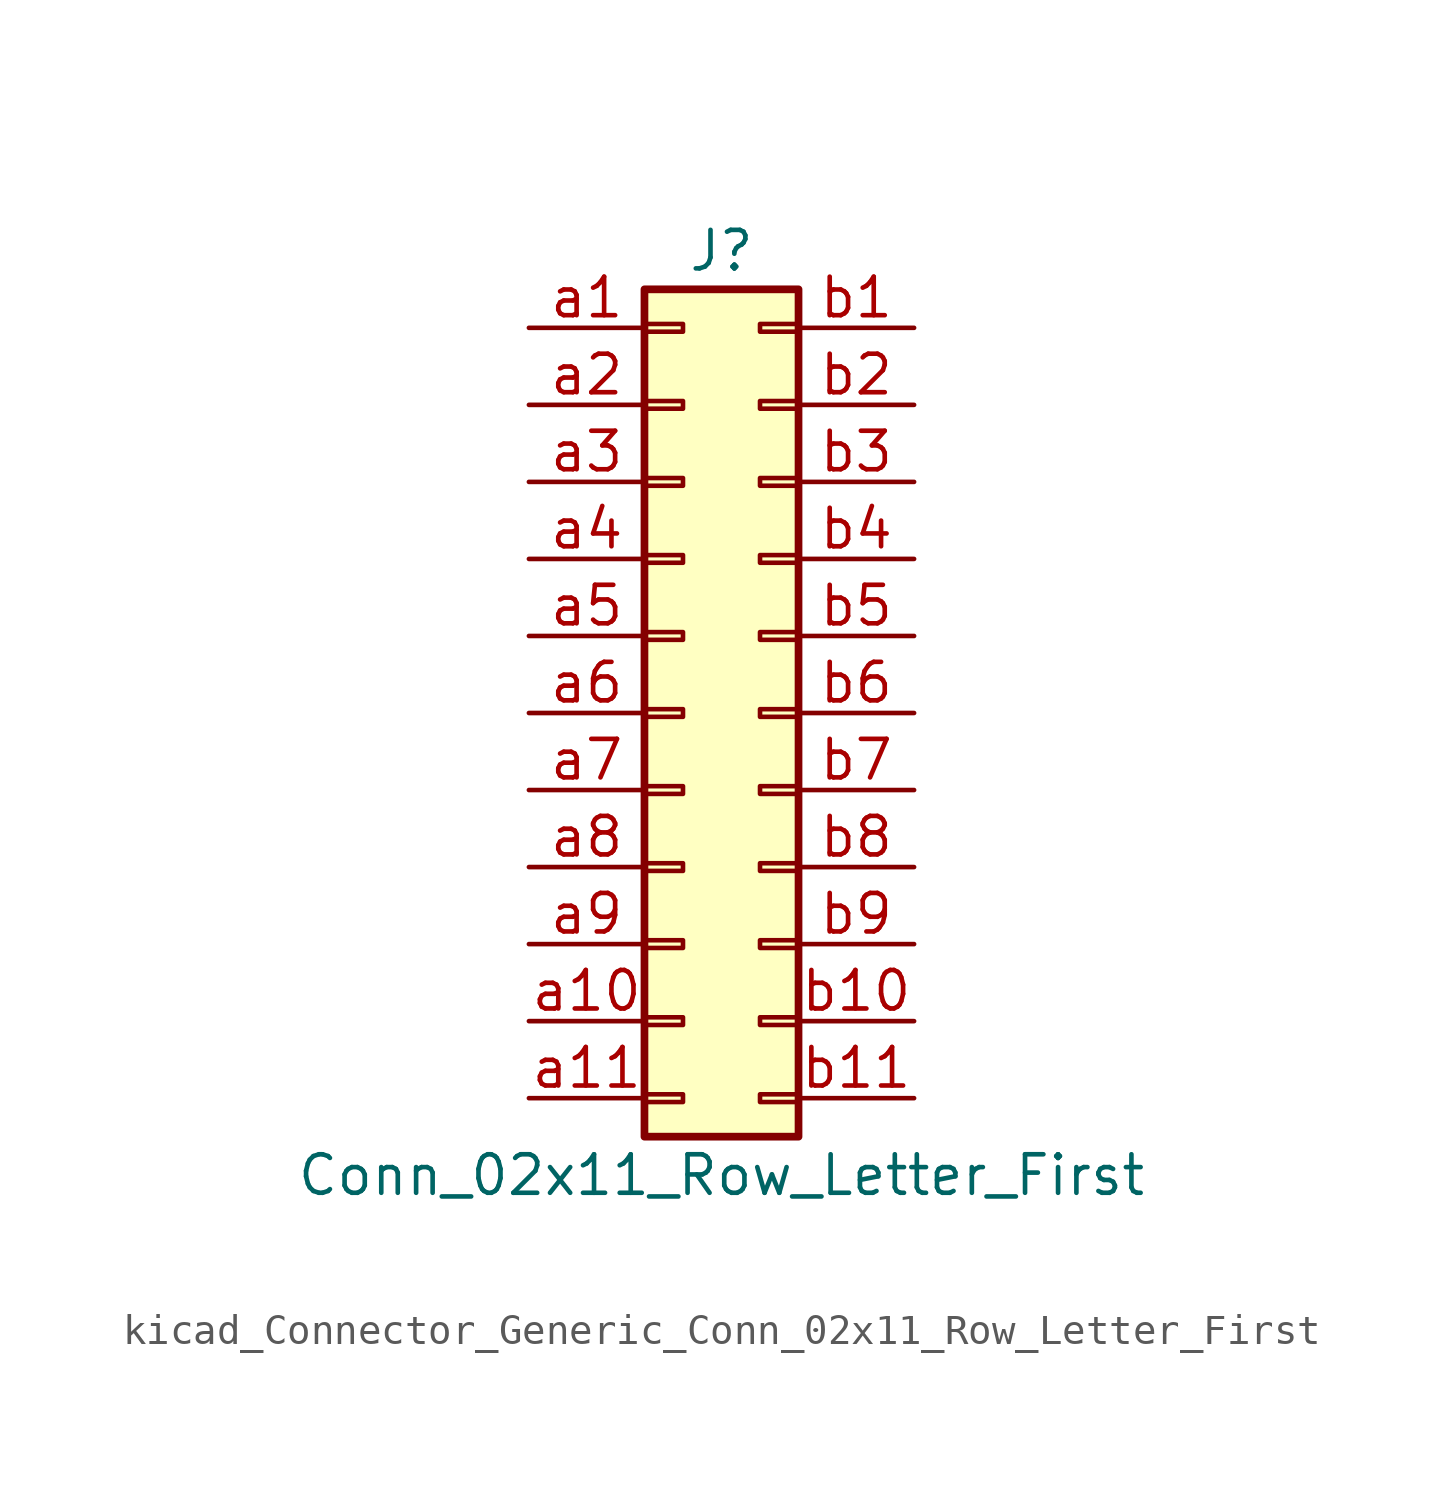
<source format=kicad_sym>
(kicad_symbol_lib
  (version 20220914)
  (generator kicad_symbol_editor)
  (symbol "kicad_Connector_Generic_Conn_02x11_Row_Letter_First"
    (pin_names
      (offset 1.016) hide)
    (property "Reference" "J"
      (at 1.27 15.24 0)
      (effects (font (size 1.27 1.27))))
    (property "Value" "Conn_02x11_Row_Letter_First"
      (at 1.27 -15.24 0)
      (effects (font (size 1.27 1.27))))
    (symbol "kicad_Connector_Generic_Conn_02x11_Row_Letter_First_1_1"
      (rectangle (start -1.27 -12.573) (end 0 -12.827) (stroke (width 0.152) (type default)) (fill (type none)))
      (rectangle (start -1.27 -10.033) (end 0 -10.287) (stroke (width 0.152) (type default)) (fill (type none)))
      (rectangle (start -1.27 -7.493) (end 0 -7.747) (stroke (width 0.152) (type default)) (fill (type none)))
      (rectangle (start -1.27 -4.953) (end 0 -5.207) (stroke (width 0.152) (type default)) (fill (type none)))
      (rectangle (start -1.27 -2.413) (end 0 -2.667) (stroke (width 0.152) (type default)) (fill (type none)))
      (rectangle (start -1.27 0.127) (end 0 -0.127) (stroke (width 0.152) (type default)) (fill (type none)))
      (rectangle (start -1.27 2.667) (end 0 2.413) (stroke (width 0.152) (type default)) (fill (type none)))
      (rectangle (start -1.27 5.207) (end 0 4.953) (stroke (width 0.152) (type default)) (fill (type none)))
      (rectangle (start -1.27 7.747) (end 0 7.493) (stroke (width 0.152) (type default)) (fill (type none)))
      (rectangle (start -1.27 10.287) (end 0 10.033) (stroke (width 0.152) (type default)) (fill (type none)))
      (rectangle (start -1.27 12.827) (end 0 12.573) (stroke (width 0.152) (type default)) (fill (type none)))
      (rectangle (start -1.27 13.97) (end 3.81 -13.97) (stroke (width 0.254) (type default)) (fill (type background)))
      (rectangle (start 3.81 -12.573) (end 2.54 -12.827) (stroke (width 0.152) (type default)) (fill (type none)))
      (rectangle (start 3.81 -10.033) (end 2.54 -10.287) (stroke (width 0.152) (type default)) (fill (type none)))
      (rectangle (start 3.81 -7.493) (end 2.54 -7.747) (stroke (width 0.152) (type default)) (fill (type none)))
      (rectangle (start 3.81 -4.953) (end 2.54 -5.207) (stroke (width 0.152) (type default)) (fill (type none)))
      (rectangle (start 3.81 -2.413) (end 2.54 -2.667) (stroke (width 0.152) (type default)) (fill (type none)))
      (rectangle (start 3.81 0.127) (end 2.54 -0.127) (stroke (width 0.152) (type default)) (fill (type none)))
      (rectangle (start 3.81 2.667) (end 2.54 2.413) (stroke (width 0.152) (type default)) (fill (type none)))
      (rectangle (start 3.81 5.207) (end 2.54 4.953) (stroke (width 0.152) (type default)) (fill (type none)))
      (rectangle (start 3.81 7.747) (end 2.54 7.493) (stroke (width 0.152) (type default)) (fill (type none)))
      (rectangle (start 3.81 10.287) (end 2.54 10.033) (stroke (width 0.152) (type default)) (fill (type none)))
      (rectangle (start 3.81 12.827) (end 2.54 12.573) (stroke (width 0.152) (type default)) (fill (type none)))
      (pin passive line (at -5.08 12.7 0) (length 3.81) (name "Pin_a1" (effects (font (size 1.27 1.27)))) (number "a1" (effects (font (size 1.27 1.27)))))
      (pin passive line (at -5.08 -10.16 0) (length 3.81) (name "Pin_a10" (effects (font (size 1.27 1.27)))) (number "a10" (effects (font (size 1.27 1.27)))))
      (pin passive line (at -5.08 -12.7 0) (length 3.81) (name "Pin_a11" (effects (font (size 1.27 1.27)))) (number "a11" (effects (font (size 1.27 1.27)))))
      (pin passive line (at -5.08 10.16 0) (length 3.81) (name "Pin_a2" (effects (font (size 1.27 1.27)))) (number "a2" (effects (font (size 1.27 1.27)))))
      (pin passive line (at -5.08 7.62 0) (length 3.81) (name "Pin_a3" (effects (font (size 1.27 1.27)))) (number "a3" (effects (font (size 1.27 1.27)))))
      (pin passive line (at -5.08 5.08 0) (length 3.81) (name "Pin_a4" (effects (font (size 1.27 1.27)))) (number "a4" (effects (font (size 1.27 1.27)))))
      (pin passive line (at -5.08 2.54 0) (length 3.81) (name "Pin_a5" (effects (font (size 1.27 1.27)))) (number "a5" (effects (font (size 1.27 1.27)))))
      (pin passive line (at -5.08 0 0) (length 3.81) (name "Pin_a6" (effects (font (size 1.27 1.27)))) (number "a6" (effects (font (size 1.27 1.27)))))
      (pin passive line (at -5.08 -2.54 0) (length 3.81) (name "Pin_a7" (effects (font (size 1.27 1.27)))) (number "a7" (effects (font (size 1.27 1.27)))))
      (pin passive line (at -5.08 -5.08 0) (length 3.81) (name "Pin_a8" (effects (font (size 1.27 1.27)))) (number "a8" (effects (font (size 1.27 1.27)))))
      (pin passive line (at -5.08 -7.62 0) (length 3.81) (name "Pin_a9" (effects (font (size 1.27 1.27)))) (number "a9" (effects (font (size 1.27 1.27)))))
      (pin passive line (at 7.62 12.7 180) (length 3.81) (name "Pin_b1" (effects (font (size 1.27 1.27)))) (number "b1" (effects (font (size 1.27 1.27)))))
      (pin passive line (at 7.62 -10.16 180) (length 3.81) (name "Pin_b10" (effects (font (size 1.27 1.27)))) (number "b10" (effects (font (size 1.27 1.27)))))
      (pin passive line (at 7.62 -12.7 180) (length 3.81) (name "Pin_b11" (effects (font (size 1.27 1.27)))) (number "b11" (effects (font (size 1.27 1.27)))))
      (pin passive line (at 7.62 10.16 180) (length 3.81) (name "Pin_b2" (effects (font (size 1.27 1.27)))) (number "b2" (effects (font (size 1.27 1.27)))))
      (pin passive line (at 7.62 7.62 180) (length 3.81) (name "Pin_b3" (effects (font (size 1.27 1.27)))) (number "b3" (effects (font (size 1.27 1.27)))))
      (pin passive line (at 7.62 5.08 180) (length 3.81) (name "Pin_b4" (effects (font (size 1.27 1.27)))) (number "b4" (effects (font (size 1.27 1.27)))))
      (pin passive line (at 7.62 2.54 180) (length 3.81) (name "Pin_b5" (effects (font (size 1.27 1.27)))) (number "b5" (effects (font (size 1.27 1.27)))))
      (pin passive line (at 7.62 0 180) (length 3.81) (name "Pin_b6" (effects (font (size 1.27 1.27)))) (number "b6" (effects (font (size 1.27 1.27)))))
      (pin passive line (at 7.62 -2.54 180) (length 3.81) (name "Pin_b7" (effects (font (size 1.27 1.27)))) (number "b7" (effects (font (size 1.27 1.27)))))
      (pin passive line (at 7.62 -5.08 180) (length 3.81) (name "Pin_b8" (effects (font (size 1.27 1.27)))) (number "b8" (effects (font (size 1.27 1.27)))))
      (pin passive line (at 7.62 -7.62 180) (length 3.81) (name "Pin_b9" (effects (font (size 1.27 1.27)))) (number "b9" (effects (font (size 1.27 1.27))))))))
</source>
